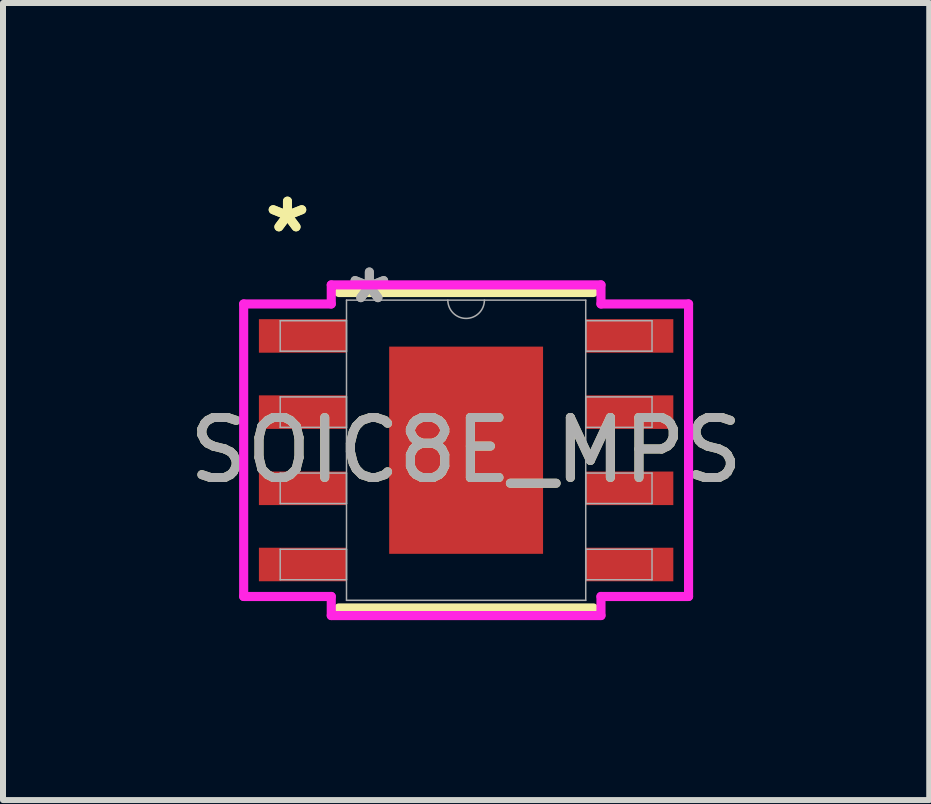
<source format=kicad_pcb>
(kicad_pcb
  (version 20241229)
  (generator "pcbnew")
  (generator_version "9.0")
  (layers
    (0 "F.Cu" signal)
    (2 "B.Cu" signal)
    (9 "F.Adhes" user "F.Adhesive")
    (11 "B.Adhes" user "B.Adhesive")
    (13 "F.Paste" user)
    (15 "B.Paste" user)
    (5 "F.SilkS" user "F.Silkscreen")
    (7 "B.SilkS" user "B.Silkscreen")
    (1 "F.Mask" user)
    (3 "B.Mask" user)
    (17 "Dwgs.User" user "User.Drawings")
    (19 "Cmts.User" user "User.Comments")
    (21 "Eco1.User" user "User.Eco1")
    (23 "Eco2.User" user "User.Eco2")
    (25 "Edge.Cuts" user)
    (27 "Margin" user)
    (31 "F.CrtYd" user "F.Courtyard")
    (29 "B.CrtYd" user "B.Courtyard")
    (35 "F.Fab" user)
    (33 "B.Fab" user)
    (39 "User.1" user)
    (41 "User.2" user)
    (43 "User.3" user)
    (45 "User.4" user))
  (footprint "SOIC8E_MPS"
    (layer "F.Cu")
    (at 4.72 4.455)
    (property "Reference" "SOIC8E_MPS" (at 0 0 0) (unlocked yes) (layer "F.SilkS") (effects (font (size 1 1) (thickness 0.15))))
    (attr smd)
    (fp_line (start -2.121 2.629) (end 2.121 2.629) (stroke (width 0.152) (type solid)) (layer "F.SilkS"))
    (fp_line (start 2.121 -2.629) (end -2.121 -2.629) (stroke (width 0.152) (type solid)) (layer "F.SilkS"))
    (fp_poly (pts (xy -1.183 -1.627) (xy -1.183 -0.1) (xy -0.1 -0.1) (xy -0.1 -1.627)) (stroke (width 0) (type solid)) (fill yes) (layer "F.Paste"))
    (fp_poly (pts (xy -1.183 0.1) (xy -1.183 1.627) (xy -0.1 1.627) (xy -0.1 0.1)) (stroke (width 0) (type solid)) (fill yes) (layer "F.Paste"))
    (fp_poly (pts (xy 0.1 -1.627) (xy 0.1 -0.1) (xy 1.183 -0.1) (xy 1.183 -1.627)) (stroke (width 0) (type solid)) (fill yes) (layer "F.Paste"))
    (fp_poly (pts (xy 0.1 0.1) (xy 0.1 1.627) (xy 1.183 1.627) (xy 1.183 0.1)) (stroke (width 0) (type solid)) (fill yes) (layer "F.Paste"))
    (fp_line (start -3.708 -2.438) (end -2.248 -2.438) (stroke (width 0.152) (type solid)) (layer "F.CrtYd"))
    (fp_line (start -3.708 2.438) (end -3.708 -2.438) (stroke (width 0.152) (type solid)) (layer "F.CrtYd"))
    (fp_line (start -3.708 2.438) (end -2.248 2.438) (stroke (width 0.152) (type solid)) (layer "F.CrtYd"))
    (fp_line (start -2.248 -2.756) (end 2.248 -2.756) (stroke (width 0.152) (type solid)) (layer "F.CrtYd"))
    (fp_line (start -2.248 -2.438) (end -2.248 -2.756) (stroke (width 0.152) (type solid)) (layer "F.CrtYd"))
    (fp_line (start -2.248 2.756) (end -2.248 2.438) (stroke (width 0.152) (type solid)) (layer "F.CrtYd"))
    (fp_line (start 2.248 -2.756) (end 2.248 -2.438) (stroke (width 0.152) (type solid)) (layer "F.CrtYd"))
    (fp_line (start 2.248 2.438) (end 2.248 2.756) (stroke (width 0.152) (type solid)) (layer "F.CrtYd"))
    (fp_line (start 2.248 2.756) (end -2.248 2.756) (stroke (width 0.152) (type solid)) (layer "F.CrtYd"))
    (fp_line (start 3.708 -2.438) (end 2.248 -2.438) (stroke (width 0.152) (type solid)) (layer "F.CrtYd"))
    (fp_line (start 3.708 -2.438) (end 3.708 2.438) (stroke (width 0.152) (type solid)) (layer "F.CrtYd"))
    (fp_line (start 3.708 2.438) (end 2.248 2.438) (stroke (width 0.152) (type solid)) (layer "F.CrtYd"))
    (fp_line (start -3.099 -2.159) (end -3.099 -1.651) (stroke (width 0.025) (type solid)) (layer "F.Fab"))
    (fp_line (start -3.099 -1.651) (end -1.994 -1.651) (stroke (width 0.025) (type solid)) (layer "F.Fab"))
    (fp_line (start -3.099 -0.889) (end -3.099 -0.381) (stroke (width 0.025) (type solid)) (layer "F.Fab"))
    (fp_line (start -3.099 -0.381) (end -1.994 -0.381) (stroke (width 0.025) (type solid)) (layer "F.Fab"))
    (fp_line (start -3.099 0.381) (end -3.099 0.889) (stroke (width 0.025) (type solid)) (layer "F.Fab"))
    (fp_line (start -3.099 0.889) (end -1.994 0.889) (stroke (width 0.025) (type solid)) (layer "F.Fab"))
    (fp_line (start -3.099 1.651) (end -3.099 2.159) (stroke (width 0.025) (type solid)) (layer "F.Fab"))
    (fp_line (start -3.099 2.159) (end -1.994 2.159) (stroke (width 0.025) (type solid)) (layer "F.Fab"))
    (fp_line (start -1.994 -2.502) (end -1.994 2.502) (stroke (width 0.025) (type solid)) (layer "F.Fab"))
    (fp_line (start -1.994 -2.159) (end -3.099 -2.159) (stroke (width 0.025) (type solid)) (layer "F.Fab"))
    (fp_line (start -1.994 -1.651) (end -1.994 -2.159) (stroke (width 0.025) (type solid)) (layer "F.Fab"))
    (fp_line (start -1.994 -0.889) (end -3.099 -0.889) (stroke (width 0.025) (type solid)) (layer "F.Fab"))
    (fp_line (start -1.994 -0.381) (end -1.994 -0.889) (stroke (width 0.025) (type solid)) (layer "F.Fab"))
    (fp_line (start -1.994 0.381) (end -3.099 0.381) (stroke (width 0.025) (type solid)) (layer "F.Fab"))
    (fp_line (start -1.994 0.889) (end -1.994 0.381) (stroke (width 0.025) (type solid)) (layer "F.Fab"))
    (fp_line (start -1.994 1.651) (end -3.099 1.651) (stroke (width 0.025) (type solid)) (layer "F.Fab"))
    (fp_line (start -1.994 2.159) (end -1.994 1.651) (stroke (width 0.025) (type solid)) (layer "F.Fab"))
    (fp_line (start -1.994 2.502) (end 1.994 2.502) (stroke (width 0.025) (type solid)) (layer "F.Fab"))
    (fp_line (start 1.994 -2.502) (end -1.994 -2.502) (stroke (width 0.025) (type solid)) (layer "F.Fab"))
    (fp_line (start 1.994 -2.159) (end 1.994 -1.651) (stroke (width 0.025) (type solid)) (layer "F.Fab"))
    (fp_line (start 1.994 -1.651) (end 3.099 -1.651) (stroke (width 0.025) (type solid)) (layer "F.Fab"))
    (fp_line (start 1.994 -0.889) (end 1.994 -0.381) (stroke (width 0.025) (type solid)) (layer "F.Fab"))
    (fp_line (start 1.994 -0.381) (end 3.099 -0.381) (stroke (width 0.025) (type solid)) (layer "F.Fab"))
    (fp_line (start 1.994 0.381) (end 1.994 0.889) (stroke (width 0.025) (type solid)) (layer "F.Fab"))
    (fp_line (start 1.994 0.889) (end 3.099 0.889) (stroke (width 0.025) (type solid)) (layer "F.Fab"))
    (fp_line (start 1.994 1.651) (end 1.994 2.159) (stroke (width 0.025) (type solid)) (layer "F.Fab"))
    (fp_line (start 1.994 2.159) (end 3.099 2.159) (stroke (width 0.025) (type solid)) (layer "F.Fab"))
    (fp_line (start 1.994 2.502) (end 1.994 -2.502) (stroke (width 0.025) (type solid)) (layer "F.Fab"))
    (fp_line (start 3.099 -2.159) (end 1.994 -2.159) (stroke (width 0.025) (type solid)) (layer "F.Fab"))
    (fp_line (start 3.099 -1.651) (end 3.099 -2.159) (stroke (width 0.025) (type solid)) (layer "F.Fab"))
    (fp_line (start 3.099 -0.889) (end 1.994 -0.889) (stroke (width 0.025) (type solid)) (layer "F.Fab"))
    (fp_line (start 3.099 -0.381) (end 3.099 -0.889) (stroke (width 0.025) (type solid)) (layer "F.Fab"))
    (fp_line (start 3.099 0.381) (end 1.994 0.381) (stroke (width 0.025) (type solid)) (layer "F.Fab"))
    (fp_line (start 3.099 0.889) (end 3.099 0.381) (stroke (width 0.025) (type solid)) (layer "F.Fab"))
    (fp_line (start 3.099 1.651) (end 1.994 1.651) (stroke (width 0.025) (type solid)) (layer "F.Fab"))
    (fp_line (start 3.099 2.159) (end 3.099 1.651) (stroke (width 0.025) (type solid)) (layer "F.Fab"))
    (fp_arc (start 0.3048 -2.5019) (mid 0 -2.1971) (end -0.3048 -2.5019) (stroke (width 0.0254) (type solid)) (layer "F.Fab"))
    (fp_text user "*" (at -2.978 -3.607 0) (unlocked yes) (layer "F.SilkS") (effects (font (size 1 1) (thickness 0.15))))
    (fp_text user "*" (at -2.978 -3.607 0) (layer "F.SilkS") (effects (font (size 1 1) (thickness 0.15))))
    (fp_text user "${REFERENCE}" (at 0 0 0) (unlocked yes) (layer "F.Fab") (effects (font (size 1 1) (thickness 0.15))))
    (fp_text user "*" (at -1.613 -2.426 0) (unlocked yes) (layer "F.Fab") (effects (font (size 1 1) (thickness 0.15))))
    (fp_text user "*" (at -1.613 -2.426 0) (layer "F.Fab") (effects (font (size 1 1) (thickness 0.15))))
    (pad "1" smd rect (at -2.724 -1.905) (size 1.46 0.559) (layers "F.Cu" "F.Mask" "F.Paste"))
    (pad "2" smd rect (at -2.724 -0.635) (size 1.46 0.559) (layers "F.Cu" "F.Mask" "F.Paste"))
    (pad "3" smd rect (at -2.724 0.635) (size 1.46 0.559) (layers "F.Cu" "F.Mask" "F.Paste"))
    (pad "4" smd rect (at -2.724 1.905) (size 1.46 0.559) (layers "F.Cu" "F.Mask" "F.Paste"))
    (pad "5" smd rect (at 2.724 1.905) (size 1.46 0.559) (layers "F.Cu" "F.Mask" "F.Paste"))
    (pad "6" smd rect (at 2.724 0.635) (size 1.46 0.559) (layers "F.Cu" "F.Mask" "F.Paste"))
    (pad "7" smd rect (at 2.724 -0.635) (size 1.46 0.559) (layers "F.Cu" "F.Mask" "F.Paste"))
    (pad "8" smd rect (at 2.724 -1.905) (size 1.46 0.559) (layers "F.Cu" "F.Mask" "F.Paste"))
    (pad "EPAD" smd rect (at 0 0) (size 2.565 3.454) (layers "F.Cu" "F.Mask")))
  (gr_rect
    (start -3 -3)
    (end 12.44 10.287)
    (stroke (width 0.1) (type default))
    (fill no)
    (layer "Edge.Cuts")))
</source>
